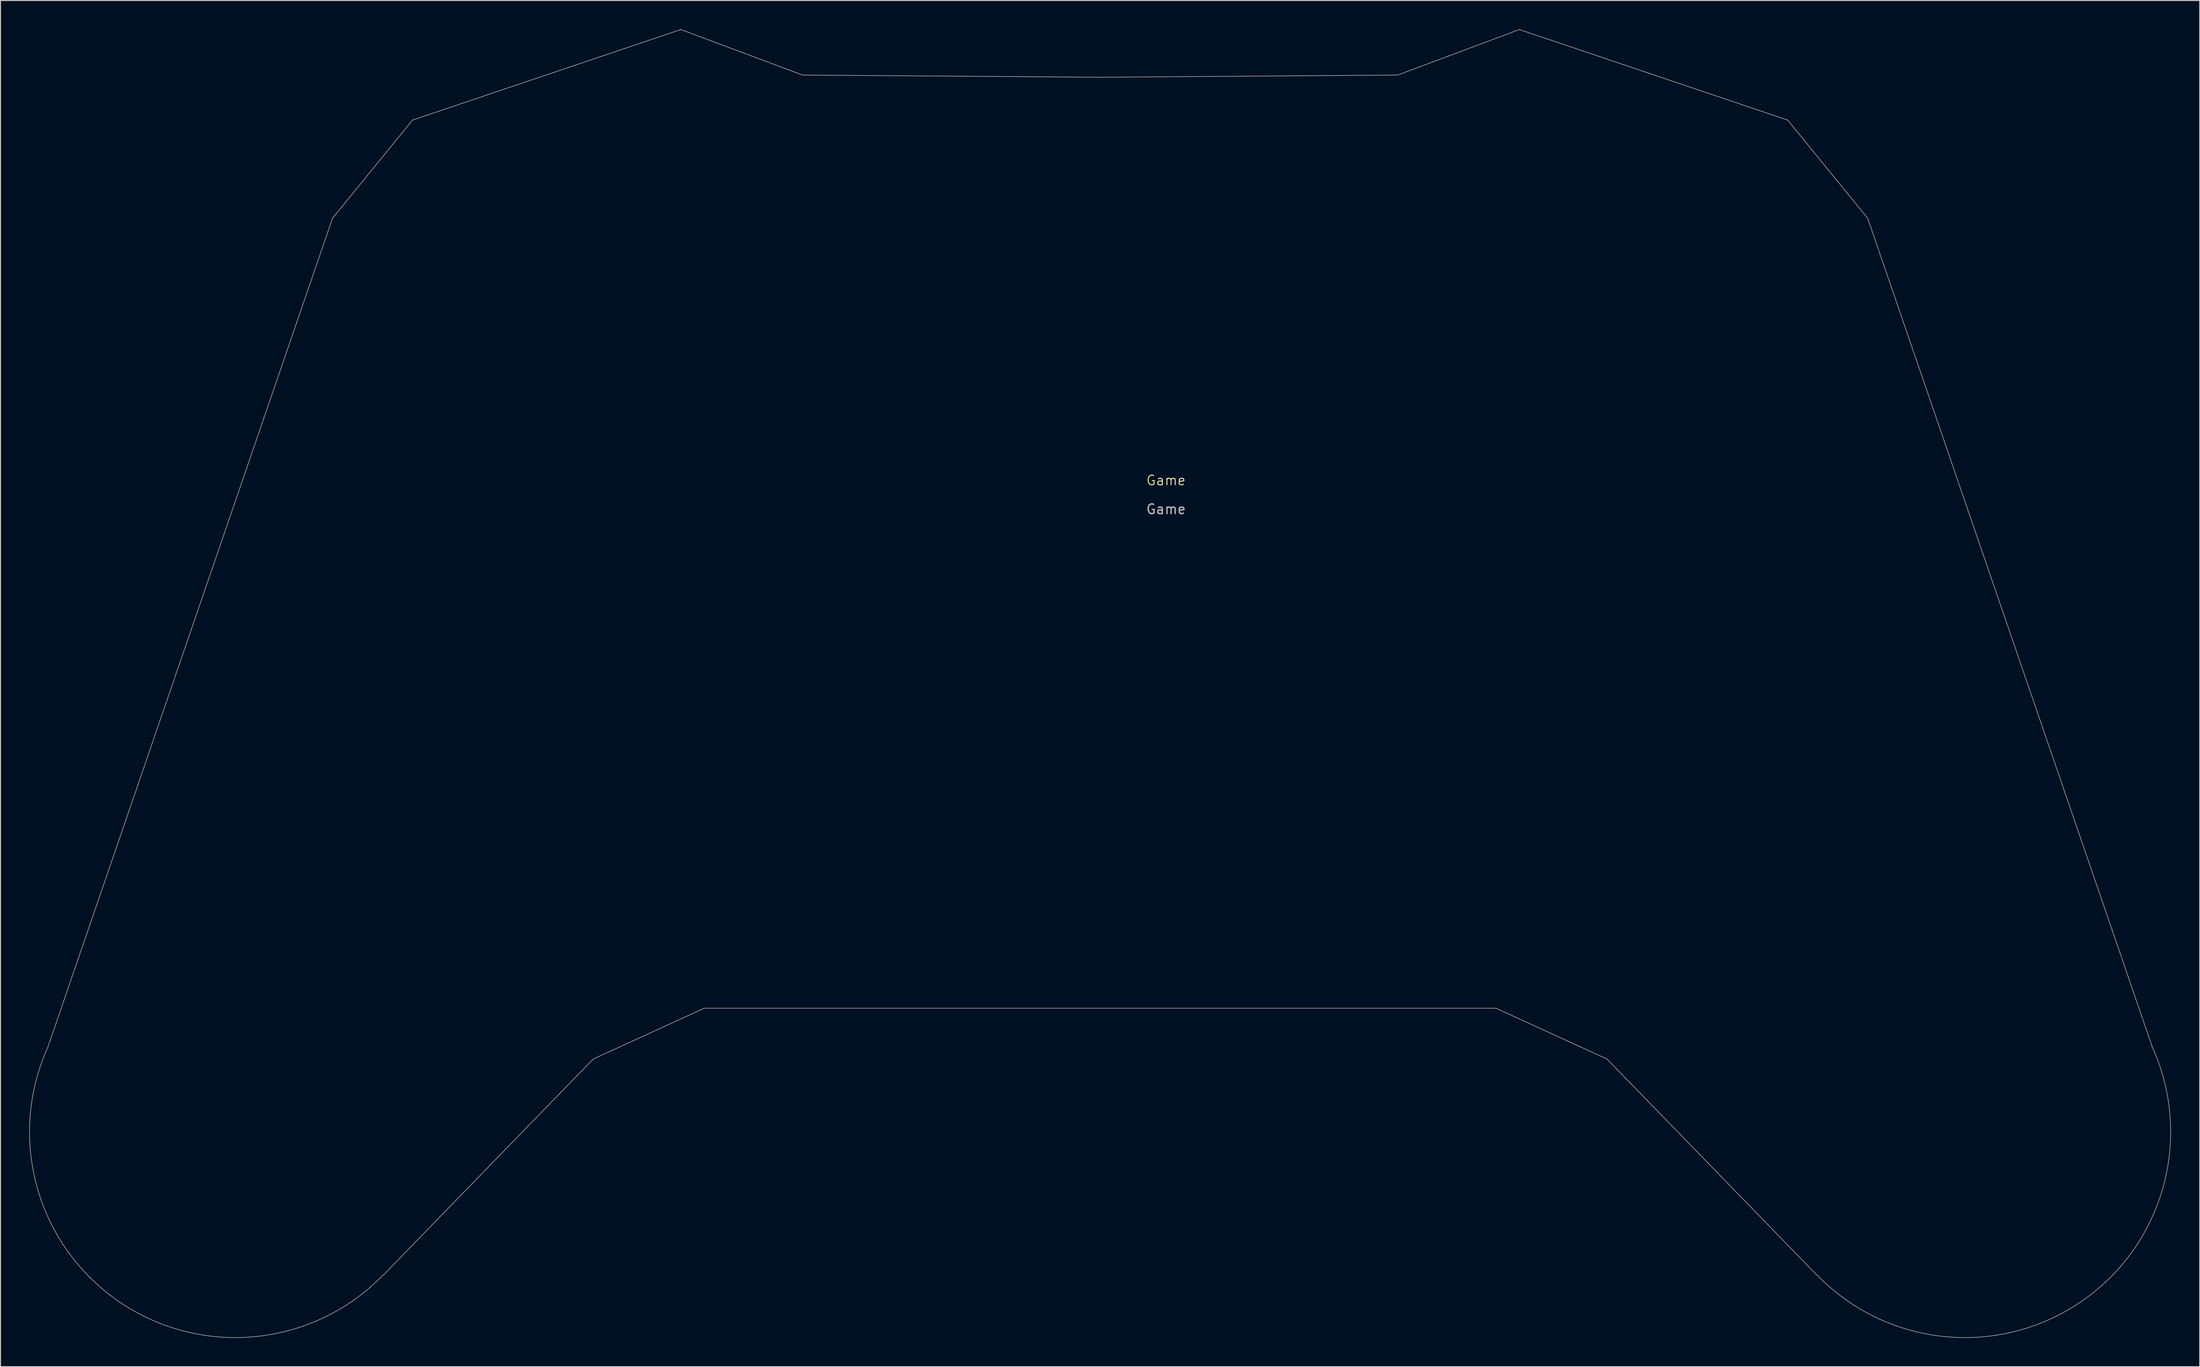
<source format=kicad_pcb>
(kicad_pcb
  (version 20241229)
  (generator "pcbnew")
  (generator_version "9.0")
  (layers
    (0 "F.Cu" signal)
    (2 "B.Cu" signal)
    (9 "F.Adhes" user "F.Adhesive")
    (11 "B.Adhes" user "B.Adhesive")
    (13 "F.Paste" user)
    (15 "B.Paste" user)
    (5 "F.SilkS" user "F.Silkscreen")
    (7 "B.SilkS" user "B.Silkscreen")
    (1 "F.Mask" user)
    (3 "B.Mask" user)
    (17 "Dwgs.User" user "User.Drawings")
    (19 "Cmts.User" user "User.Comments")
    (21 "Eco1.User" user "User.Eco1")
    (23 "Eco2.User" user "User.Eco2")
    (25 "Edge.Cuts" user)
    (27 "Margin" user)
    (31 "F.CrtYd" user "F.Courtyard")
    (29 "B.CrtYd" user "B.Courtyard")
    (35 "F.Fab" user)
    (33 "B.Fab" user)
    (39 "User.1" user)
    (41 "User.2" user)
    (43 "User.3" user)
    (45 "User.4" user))
  (footprint "Game"
    (layer "F.Cu")
    (at 111.4 57.317)
    (property "Reference" "Game" (at 6.858 -10.366 0) (unlocked yes) (layer "F.SilkS") (effects (font (size 1 1) (thickness 0.1))))
    (attr smd)
    (fp_line (start -79.861 -37.64) (end -109.474 48.641) (stroke (width 0.05) (type default)) (layer "Edge.Cuts"))
    (fp_line (start -71.535 -47.867) (end -79.861 -37.64) (stroke (width 0.05) (type default)) (layer "Edge.Cuts"))
    (fp_line (start -71.535 -47.867) (end -43.619 -57.292) (stroke (width 0.05) (type default)) (layer "Edge.Cuts"))
    (fp_line (start -52.741 49.874) (end -74.582 72.375) (stroke (width 0.05) (type default)) (layer "Edge.Cuts"))
    (fp_line (start -43.619 -57.292) (end -30.96 -52.556) (stroke (width 0.05) (type default)) (layer "Edge.Cuts"))
    (fp_line (start -41.177 44.577) (end -52.741 49.874) (stroke (width 0.05) (type default)) (layer "Edge.Cuts"))
    (fp_line (start -30.96 -52.556) (end 0 -52.324) (stroke (width 0.05) (type default)) (layer "Edge.Cuts"))
    (fp_line (start 0 44.577) (end -41.177 44.577) (stroke (width 0.05) (type default)) (layer "Edge.Cuts"))
    (fp_line (start 0 44.577) (end 41.177 44.577) (stroke (width 0.05) (type default)) (layer "Edge.Cuts"))
    (fp_line (start 30.96 -52.556) (end 0 -52.324) (stroke (width 0.05) (type default)) (layer "Edge.Cuts"))
    (fp_line (start 41.177 44.577) (end 52.741 49.874) (stroke (width 0.05) (type default)) (layer "Edge.Cuts"))
    (fp_line (start 43.619 -57.292) (end 30.96 -52.556) (stroke (width 0.05) (type default)) (layer "Edge.Cuts"))
    (fp_line (start 52.741 49.874) (end 74.582 72.375) (stroke (width 0.05) (type default)) (layer "Edge.Cuts"))
    (fp_line (start 71.535 -47.867) (end 43.619 -57.292) (stroke (width 0.05) (type default)) (layer "Edge.Cuts"))
    (fp_line (start 71.535 -47.867) (end 79.861 -37.64) (stroke (width 0.05) (type default)) (layer "Edge.Cuts"))
    (fp_line (start 79.861 -37.64) (end 109.474 48.641) (stroke (width 0.05) (type default)) (layer "Edge.Cuts"))
    (fp_arc (start -74.599048 72.358429) (mid -102.006754 75.160297) (end -109.474 48.641) (stroke (width 0.05) (type default)) (layer "Edge.Cuts"))
    (fp_arc (start 109.474 48.641) (mid 102.006755 75.160297) (end 74.599048 72.358429) (stroke (width 0.05) (type default)) (layer "Edge.Cuts"))
    (fp_text user "${REFERENCE}" (at 6.858 -7.366 0) (unlocked yes) (layer "F.Fab") (effects (font (size 1 1) (thickness 0.15)))))
  (gr_rect
    (start -3 -3)
    (end 225.8 139.208)
    (stroke (width 0.1) (type default))
    (fill no)
    (layer "Edge.Cuts")))
</source>
